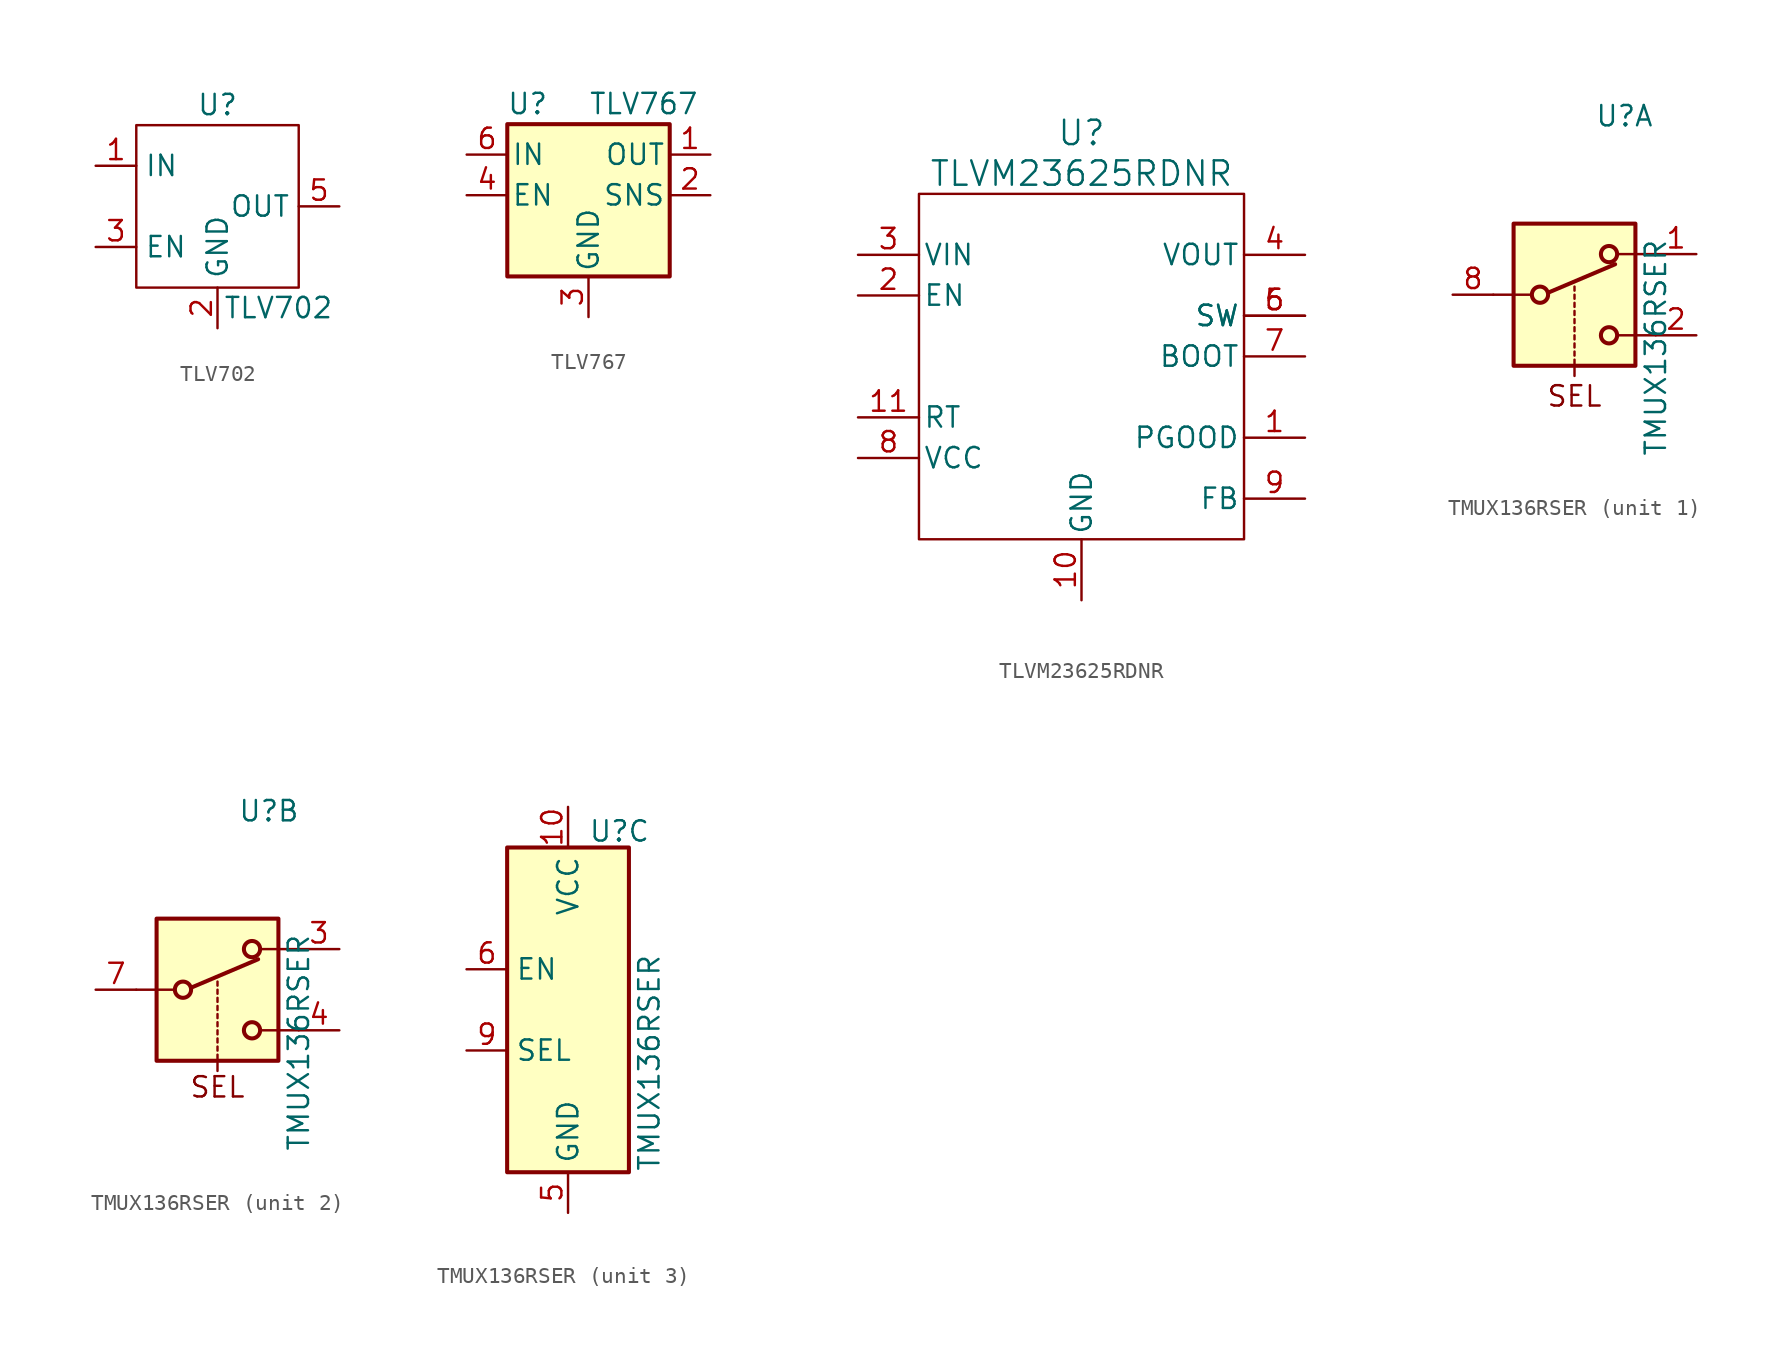
<source format=kicad_sym>
(kicad_symbol_lib
  (version 20231120)
  (generator "kicad_symbol_editor")
  (generator_version "8.0")
  (symbol "TLV702"
    (property "Reference" "U"
      (at 0 6.35 0)
      (effects (font (size 1.27 1.27))))
    (property "Value" "TLV702"
      (at 3.81 -6.35 0)
      (effects (font (size 1.27 1.27))))
    (symbol "TLV702_0_0"
      (pin power_in line (at -7.62 2.54 0) (length 2.54) (name "IN" (effects (font (size 1.27 1.27)))) (number "1" (effects (font (size 1.27 1.27)))))
      (pin power_in line (at 0 -7.62 90) (length 2.54) (name "GND" (effects (font (size 1.27 1.27)))) (number "2" (effects (font (size 1.27 1.27)))))
      (pin input line (at -7.62 -2.54 0) (length 2.54) (name "EN" (effects (font (size 1.27 1.27)))) (number "3" (effects (font (size 1.27 1.27)))))
      (pin no_connect line (at 0 6.35 270) (length 2.54) hide (name "NC" (effects (font (size 1.27 1.27)))) (number "4" (effects (font (size 1.27 1.27)))))
      (pin power_out line (at 7.62 0 180) (length 2.54) (name "OUT" (effects (font (size 1.27 1.27)))) (number "5" (effects (font (size 1.27 1.27))))))
    (symbol "TLV702_0_1"
      (rectangle (start -5.08 5.08) (end 5.08 -5.08) (stroke (width 0) (type default)) (fill (type none)))))
  (symbol "TLV767"
    (pin_names
      (offset 0.254))
    (property "Reference" "U"
      (at -3.81 5.715 0)
      (effects (font (size 1.27 1.27))))
    (property "Value" "TLV767"
      (at 0 5.715 0)
      (effects (font (size 1.27 1.27)) (justify left)))
    (symbol "TLV767_0_1"
      (rectangle (start -5.08 4.445) (end 5.08 -5.08) (stroke (width 0.254) (type default)) (fill (type background))))
    (symbol "TLV767_1_1"
      (pin power_out line (at 7.62 2.54 180) (length 2.54) (name "OUT" (effects (font (size 1.27 1.27)))) (number "1" (effects (font (size 1.27 1.27)))))
      (pin input line (at 7.62 0 180) (length 2.54) (name "SNS" (effects (font (size 1.27 1.27)))) (number "2" (effects (font (size 1.27 1.27)))))
      (pin power_in line (at 0 -7.62 90) (length 2.54) (name "GND" (effects (font (size 1.27 1.27)))) (number "3" (effects (font (size 1.27 1.27)))))
      (pin input line (at -7.62 0 0) (length 2.54) (name "EN" (effects (font (size 1.27 1.27)))) (number "4" (effects (font (size 1.27 1.27)))))
      (pin power_in line (at 0 -7.62 90) (length 2.54) hide (name "GND" (effects (font (size 1.27 1.27)))) (number "5" (effects (font (size 1.27 1.27)))))
      (pin power_in line (at -7.62 2.54 0) (length 2.54) (name "IN" (effects (font (size 1.27 1.27)))) (number "6" (effects (font (size 1.27 1.27)))))
      (pin passive line (at 0 -7.62 90) (length 2.54) hide (name "GND" (effects (font (size 1.27 1.27)))) (number "7" (effects (font (size 1.27 1.27)))))))
  (symbol "TLVM23625RDNR"
    (pin_names
      (offset 0.254))
    (property "Reference" "U"
      (at 20.32 10.16 0)
      (effects (font (size 1.524 1.524))))
    (property "Value" "TLVM23625RDNR"
      (at 20.32 7.62 0)
      (effects (font (size 1.524 1.524))))
    (symbol "TLVM23625RDNR_1_1"
      (rectangle (start 10.16 6.35) (end 30.48 -15.24) (stroke (width 0) (type default)) (fill (type none)))
      (pin unspecified line (at 34.29 -8.89 180) (length 3.81) (name "PGOOD" (effects (font (size 1.27 1.27)))) (number "1" (effects (font (size 1.27 1.27)))))
      (pin power_out line (at 20.32 -19.05 90) (length 3.81) (name "GND" (effects (font (size 1.27 1.27)))) (number "10" (effects (font (size 1.27 1.27)))))
      (pin unspecified line (at 6.35 -7.62 0) (length 3.81) (name "RT" (effects (font (size 1.27 1.27)))) (number "11" (effects (font (size 1.27 1.27)))))
      (pin unspecified line (at 6.35 0 0) (length 3.81) (name "EN" (effects (font (size 1.27 1.27)))) (number "2" (effects (font (size 1.27 1.27)))))
      (pin power_in line (at 6.35 2.54 0) (length 3.81) (name "VIN" (effects (font (size 1.27 1.27)))) (number "3" (effects (font (size 1.27 1.27)))))
      (pin power_in line (at 34.29 2.54 180) (length 3.81) (name "VOUT" (effects (font (size 1.27 1.27)))) (number "4" (effects (font (size 1.27 1.27)))))
      (pin power_in line (at 34.29 -1.27 180) (length 3.81) (name "SW" (effects (font (size 1.27 1.27)))) (number "5" (effects (font (size 1.27 1.27)))))
      (pin power_in line (at 34.29 -1.27 180) (length 3.81) (name "SW" (effects (font (size 1.27 1.27)))) (number "6" (effects (font (size 1.27 1.27)))))
      (pin power_in line (at 34.29 -3.81 180) (length 3.81) (name "BOOT" (effects (font (size 1.27 1.27)))) (number "7" (effects (font (size 1.27 1.27)))))
      (pin power_in line (at 6.35 -10.16 0) (length 3.81) (name "VCC" (effects (font (size 1.27 1.27)))) (number "8" (effects (font (size 1.27 1.27)))))
      (pin unspecified line (at 34.29 -12.7 180) (length 3.81) (name "FB" (effects (font (size 1.27 1.27)))) (number "9" (effects (font (size 1.27 1.27)))))))
  (symbol "TMUX136RSER"
    (property "Reference" "U"
      (at 1.27 11.176 0)
      (effects (font (size 1.27 1.27)) (justify left)))
    (property "Value" "TMUX136RSER"
      (at 5.08 -10.16 90)
      (effects (font (size 1.27 1.27)) (justify left)))
    (property "ki_locked" ""
      (at 0 0 0)
      (effects (font (size 1.27 1.27))))
    (symbol "TMUX136RSER_1_1"
      (rectangle (start -3.81 4.445) (end 3.81 -4.445) (stroke (width 0.254) (type default)) (fill (type background)))
      (circle (center -2.159 0) (radius 0.508) (stroke (width 0.254) (type default)) (fill (type none)))
      (polyline (pts (xy -5.08 0) (xy -2.794 0)) (stroke (width 0) (type default)) (fill (type none)))
      (polyline (pts (xy -1.651 0.127) (xy 2.54 1.905)) (stroke (width 0.254) (type default)) (fill (type none)))
      (polyline (pts (xy 0 -5.08) (xy 0 -4.572)) (stroke (width 0) (type default)) (fill (type none)))
      (polyline (pts (xy 0 -4.318) (xy 0 -4.064)) (stroke (width 0) (type default)) (fill (type none)))
      (polyline (pts (xy 0 -3.81) (xy 0 -3.556)) (stroke (width 0) (type default)) (fill (type none)))
      (polyline (pts (xy 0 -3.302) (xy 0 -3.048)) (stroke (width 0) (type default)) (fill (type none)))
      (polyline (pts (xy 0 -2.794) (xy 0 -2.54)) (stroke (width 0) (type default)) (fill (type none)))
      (polyline (pts (xy 0 -2.286) (xy 0 -2.032)) (stroke (width 0) (type default)) (fill (type none)))
      (polyline (pts (xy 0 -1.778) (xy 0 -1.524)) (stroke (width 0) (type default)) (fill (type none)))
      (polyline (pts (xy 0 -1.27) (xy 0 -1.016)) (stroke (width 0) (type default)) (fill (type none)))
      (polyline (pts (xy 0 -0.762) (xy 0 -0.508)) (stroke (width 0) (type default)) (fill (type none)))
      (polyline (pts (xy 0 -0.254) (xy 0 0)) (stroke (width 0) (type default)) (fill (type none)))
      (polyline (pts (xy 0 0.254) (xy 0 0.508)) (stroke (width 0) (type default)) (fill (type none)))
      (polyline (pts (xy 5.08 -2.54) (xy 2.794 -2.54)) (stroke (width 0) (type default)) (fill (type none)))
      (polyline (pts (xy 5.08 2.54) (xy 2.794 2.54)) (stroke (width 0) (type default)) (fill (type none)))
      (circle (center 2.159 -2.54) (radius 0.508) (stroke (width 0.254) (type default)) (fill (type none)))
      (circle (center 2.159 2.54) (radius 0.508) (stroke (width 0.254) (type default)) (fill (type none)))
      (text "SEL" (at 0 -6.35 0) (effects (font (size 1.27 1.27))))
      (pin passive line (at 7.62 2.54 180) (length 2.54) (name "A1" (effects (font (size 0 0)))) (number "1" (effects (font (size 1.27 1.27)))))
      (pin passive line (at 7.62 -2.54 180) (length 2.54) (name "A2" (effects (font (size 0 0)))) (number "2" (effects (font (size 1.27 1.27)))))
      (pin passive line (at -7.62 0 0) (length 2.54) (name "COM1" (effects (font (size 0 0)))) (number "8" (effects (font (size 1.27 1.27))))))
    (symbol "TMUX136RSER_2_1"
      (rectangle (start -3.81 4.445) (end 3.81 -4.445) (stroke (width 0.254) (type default)) (fill (type background)))
      (circle (center -2.159 0) (radius 0.508) (stroke (width 0.254) (type default)) (fill (type none)))
      (polyline (pts (xy -5.08 0) (xy -2.794 0)) (stroke (width 0) (type default)) (fill (type none)))
      (polyline (pts (xy -1.651 0.127) (xy 2.54 1.905)) (stroke (width 0.254) (type default)) (fill (type none)))
      (polyline (pts (xy 0 -5.08) (xy 0 -4.572)) (stroke (width 0) (type default)) (fill (type none)))
      (polyline (pts (xy 0 -4.318) (xy 0 -4.064)) (stroke (width 0) (type default)) (fill (type none)))
      (polyline (pts (xy 0 -3.81) (xy 0 -3.556)) (stroke (width 0) (type default)) (fill (type none)))
      (polyline (pts (xy 0 -3.302) (xy 0 -3.048)) (stroke (width 0) (type default)) (fill (type none)))
      (polyline (pts (xy 0 -2.794) (xy 0 -2.54)) (stroke (width 0) (type default)) (fill (type none)))
      (polyline (pts (xy 0 -2.286) (xy 0 -2.032)) (stroke (width 0) (type default)) (fill (type none)))
      (polyline (pts (xy 0 -1.778) (xy 0 -1.524)) (stroke (width 0) (type default)) (fill (type none)))
      (polyline (pts (xy 0 -1.27) (xy 0 -1.016)) (stroke (width 0) (type default)) (fill (type none)))
      (polyline (pts (xy 0 -0.762) (xy 0 -0.508)) (stroke (width 0) (type default)) (fill (type none)))
      (polyline (pts (xy 0 -0.254) (xy 0 0)) (stroke (width 0) (type default)) (fill (type none)))
      (polyline (pts (xy 0 0.254) (xy 0 0.508)) (stroke (width 0) (type default)) (fill (type none)))
      (polyline (pts (xy 5.08 -2.54) (xy 2.794 -2.54)) (stroke (width 0) (type default)) (fill (type none)))
      (polyline (pts (xy 5.08 2.54) (xy 2.794 2.54)) (stroke (width 0) (type default)) (fill (type none)))
      (circle (center 2.159 -2.54) (radius 0.508) (stroke (width 0.254) (type default)) (fill (type none)))
      (circle (center 2.159 2.54) (radius 0.508) (stroke (width 0.254) (type default)) (fill (type none)))
      (text "SEL" (at 0 -6.096 0) (effects (font (size 1.27 1.27))))
      (pin passive line (at 7.62 2.54 180) (length 2.54) (name "B1" (effects (font (size 0 0)))) (number "3" (effects (font (size 1.27 1.27)))))
      (pin passive line (at 7.62 -2.54 180) (length 2.54) (name "B2" (effects (font (size 0 0)))) (number "4" (effects (font (size 1.27 1.27)))))
      (pin passive line (at -7.62 0 0) (length 2.54) (name "COM2" (effects (font (size 0 0)))) (number "7" (effects (font (size 1.27 1.27))))))
    (symbol "TMUX136RSER_3_0"
      (pin input line (at -6.35 2.54 0) (length 2.54) (name "EN" (effects (font (size 1.27 1.27)))) (number "6" (effects (font (size 1.27 1.27))))))
    (symbol "TMUX136RSER_3_1"
      (rectangle (start -3.81 10.16) (end 3.81 -10.16) (stroke (width 0.254) (type default)) (fill (type background)))
      (pin power_in line (at 0 12.7 270) (length 2.54) (name "VCC" (effects (font (size 1.27 1.27)))) (number "10" (effects (font (size 1.27 1.27)))))
      (pin power_in line (at 0 -12.7 90) (length 2.54) (name "GND" (effects (font (size 1.27 1.27)))) (number "5" (effects (font (size 1.27 1.27)))))
      (pin input line (at -6.35 -2.54 0) (length 2.54) (name "SEL" (effects (font (size 1.27 1.27)))) (number "9" (effects (font (size 1.27 1.27))))))))
</source>
